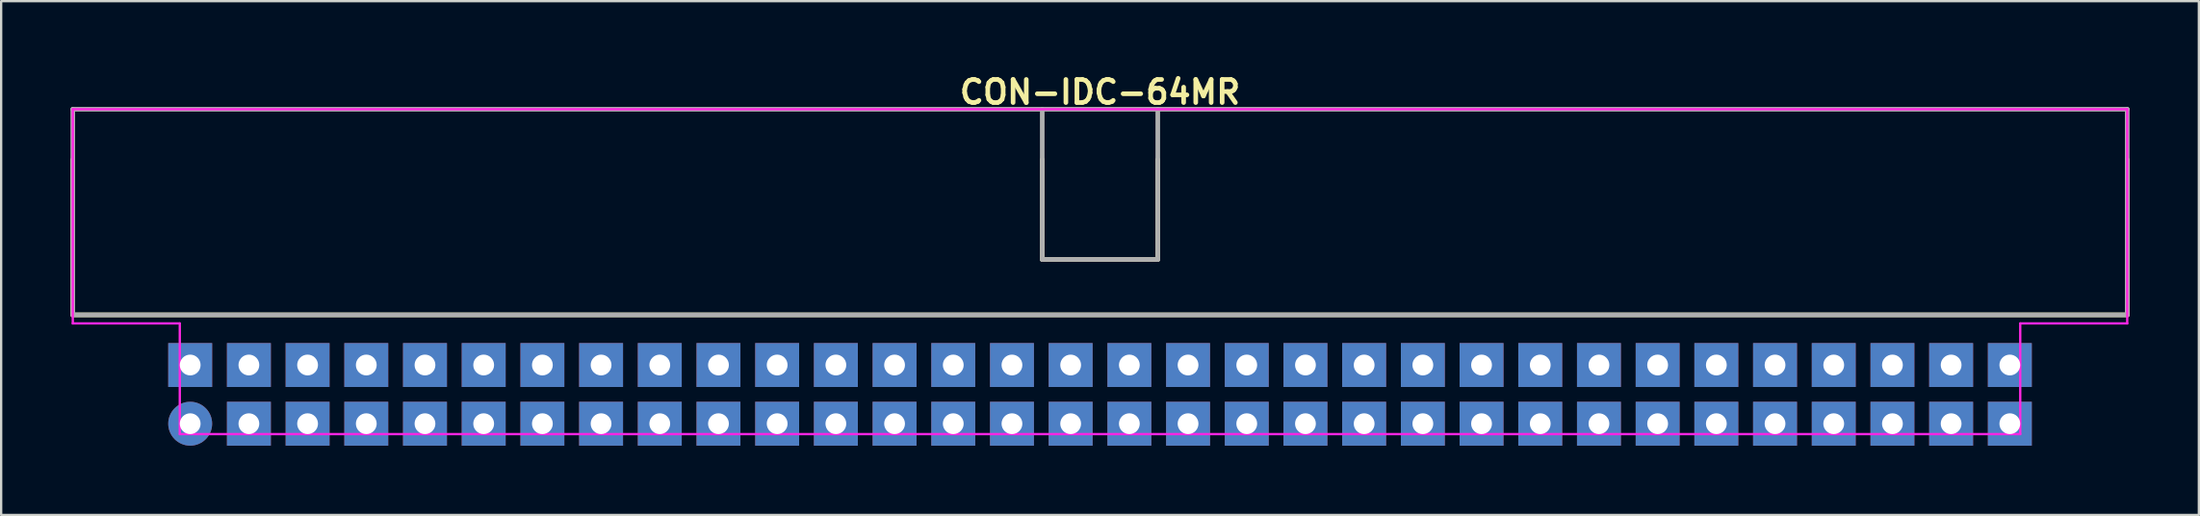
<source format=kicad_pcb>
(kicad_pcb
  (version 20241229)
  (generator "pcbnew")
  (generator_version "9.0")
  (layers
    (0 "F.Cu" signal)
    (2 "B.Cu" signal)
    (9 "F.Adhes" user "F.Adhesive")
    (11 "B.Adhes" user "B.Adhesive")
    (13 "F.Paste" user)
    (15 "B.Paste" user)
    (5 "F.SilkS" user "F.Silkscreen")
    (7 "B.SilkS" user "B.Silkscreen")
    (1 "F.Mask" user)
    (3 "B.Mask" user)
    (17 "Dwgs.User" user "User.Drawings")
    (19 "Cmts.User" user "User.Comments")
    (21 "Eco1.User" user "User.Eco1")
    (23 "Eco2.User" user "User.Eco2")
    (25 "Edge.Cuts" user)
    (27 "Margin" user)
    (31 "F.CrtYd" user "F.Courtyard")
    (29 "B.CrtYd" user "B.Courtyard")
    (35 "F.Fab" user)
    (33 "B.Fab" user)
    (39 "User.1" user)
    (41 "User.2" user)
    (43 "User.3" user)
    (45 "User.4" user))
  (footprint "CON-IDC-64MR"
    (layer "F.Cu")
    (at 44.55 14.017)
    (property "Reference" "CON-IDC-64MR" (at 0 -13.081 0) (layer "F.SilkS") (effects (font (size 1 1) (thickness 0.2))))
    (attr through_hole)
    (fp_line (start -44.45 -10.16) (end -44.45 -3.44) (stroke (width 0.2) (type solid)) (layer "F.SilkS"))
    (fp_line (start -44.45 -3.44) (end 44.45 -3.44) (stroke (width 0.2) (type solid)) (layer "F.SilkS"))
    (fp_line (start -2.5 -10.16) (end -2.5 -5.84) (stroke (width 0.2) (type solid)) (layer "F.SilkS"))
    (fp_line (start -2.5 -5.84) (end 2.5 -5.84) (stroke (width 0.2) (type solid)) (layer "F.SilkS"))
    (fp_line (start 2.5 -10.16) (end 2.5 -5.84) (stroke (width 0.2) (type solid)) (layer "F.SilkS"))
    (fp_line (start 44.45 -10.16) (end 44.45 -3.44) (stroke (width 0.2) (type solid)) (layer "F.SilkS"))
    (fp_line (start -44.45 -12.34) (end -44.45 -3.07) (stroke (width 0.1) (type solid)) (layer "F.CrtYd"))
    (fp_line (start -44.45 -12.34) (end 44.45 -12.34) (stroke (width 0.1) (type solid)) (layer "F.CrtYd"))
    (fp_line (start -44.45 -3.07) (end -39.82 -3.07) (stroke (width 0.1) (type solid)) (layer "F.CrtYd"))
    (fp_line (start -39.82 -3.07) (end -39.82 1.72) (stroke (width 0.1) (type solid)) (layer "F.CrtYd"))
    (fp_line (start -39.82 1.72) (end 39.82 1.72) (stroke (width 0.1) (type solid)) (layer "F.CrtYd"))
    (fp_line (start 39.82 -3.07) (end 39.82 1.72) (stroke (width 0.1) (type solid)) (layer "F.CrtYd"))
    (fp_line (start 39.82 -3.07) (end 44.45 -3.07) (stroke (width 0.1) (type solid)) (layer "F.CrtYd"))
    (fp_line (start 44.45 -12.34) (end 44.45 -3.07) (stroke (width 0.1) (type solid)) (layer "F.CrtYd"))
    (fp_line (start -44.45 -12.34) (end -44.45 -3.44) (stroke (width 0.2) (type solid)) (layer "F.Fab"))
    (fp_line (start -44.45 -12.34) (end 44.45 -12.34) (stroke (width 0.2) (type solid)) (layer "F.Fab"))
    (fp_line (start -44.45 -3.44) (end 44.45 -3.44) (stroke (width 0.2) (type solid)) (layer "F.Fab"))
    (fp_line (start -2.5 -12.34) (end -2.5 -5.84) (stroke (width 0.2) (type solid)) (layer "F.Fab"))
    (fp_line (start -2.5 -5.84) (end 2.5 -5.84) (stroke (width 0.2) (type solid)) (layer "F.Fab"))
    (fp_line (start 2.5 -12.34) (end 2.5 -5.84) (stroke (width 0.2) (type solid)) (layer "F.Fab"))
    (fp_line (start 44.45 -12.34) (end 44.45 -3.44) (stroke (width 0.2) (type solid)) (layer "F.Fab"))
    (pad "1" thru_hole circle (at -39.37 1.27) (size 1.9 1.9) (drill 0.9) (layers "*.Cu" "*.Mask"))
    (pad "2" thru_hole rect (at -39.37 -1.27) (size 1.9 1.9) (drill 0.9) (layers "*.Cu" "*.Mask"))
    (pad "3" thru_hole rect (at -36.83 1.27) (size 1.9 1.9) (drill 0.9) (layers "*.Cu" "*.Mask"))
    (pad "4" thru_hole rect (at -36.83 -1.27) (size 1.9 1.9) (drill 0.9) (layers "*.Cu" "*.Mask"))
    (pad "5" thru_hole rect (at -34.29 1.27) (size 1.9 1.9) (drill 0.9) (layers "*.Cu" "*.Mask"))
    (pad "6" thru_hole rect (at -34.29 -1.27) (size 1.9 1.9) (drill 0.9) (layers "*.Cu" "*.Mask"))
    (pad "7" thru_hole rect (at -31.75 1.27) (size 1.9 1.9) (drill 0.9) (layers "*.Cu" "*.Mask"))
    (pad "8" thru_hole rect (at -31.75 -1.27) (size 1.9 1.9) (drill 0.9) (layers "*.Cu" "*.Mask"))
    (pad "9" thru_hole rect (at -29.21 1.27) (size 1.9 1.9) (drill 0.9) (layers "*.Cu" "*.Mask"))
    (pad "10" thru_hole rect (at -29.21 -1.27) (size 1.9 1.9) (drill 0.9) (layers "*.Cu" "*.Mask"))
    (pad "11" thru_hole rect (at -26.67 1.27) (size 1.9 1.9) (drill 0.9) (layers "*.Cu" "*.Mask"))
    (pad "12" thru_hole rect (at -26.67 -1.27) (size 1.9 1.9) (drill 0.9) (layers "*.Cu" "*.Mask"))
    (pad "13" thru_hole rect (at -24.13 1.27) (size 1.9 1.9) (drill 0.9) (layers "*.Cu" "*.Mask"))
    (pad "14" thru_hole rect (at -24.13 -1.27) (size 1.9 1.9) (drill 0.9) (layers "*.Cu" "*.Mask"))
    (pad "15" thru_hole rect (at -21.59 1.27) (size 1.9 1.9) (drill 0.9) (layers "*.Cu" "*.Mask"))
    (pad "16" thru_hole rect (at -21.59 -1.27) (size 1.9 1.9) (drill 0.9) (layers "*.Cu" "*.Mask"))
    (pad "17" thru_hole rect (at -19.05 1.27) (size 1.9 1.9) (drill 0.9) (layers "*.Cu" "*.Mask"))
    (pad "18" thru_hole rect (at -19.05 -1.27) (size 1.9 1.9) (drill 0.9) (layers "*.Cu" "*.Mask"))
    (pad "19" thru_hole rect (at -16.51 1.27) (size 1.9 1.9) (drill 0.9) (layers "*.Cu" "*.Mask"))
    (pad "20" thru_hole rect (at -16.51 -1.27) (size 1.9 1.9) (drill 0.9) (layers "*.Cu" "*.Mask"))
    (pad "21" thru_hole rect (at -13.97 1.27) (size 1.9 1.9) (drill 0.9) (layers "*.Cu" "*.Mask"))
    (pad "22" thru_hole rect (at -13.97 -1.27) (size 1.9 1.9) (drill 0.9) (layers "*.Cu" "*.Mask"))
    (pad "23" thru_hole rect (at -11.43 1.27) (size 1.9 1.9) (drill 0.9) (layers "*.Cu" "*.Mask"))
    (pad "24" thru_hole rect (at -11.43 -1.27) (size 1.9 1.9) (drill 0.9) (layers "*.Cu" "*.Mask"))
    (pad "25" thru_hole rect (at -8.89 1.27) (size 1.9 1.9) (drill 0.9) (layers "*.Cu" "*.Mask"))
    (pad "26" thru_hole rect (at -8.89 -1.27) (size 1.9 1.9) (drill 0.9) (layers "*.Cu" "*.Mask"))
    (pad "27" thru_hole rect (at -6.35 1.27) (size 1.9 1.9) (drill 0.9) (layers "*.Cu" "*.Mask"))
    (pad "28" thru_hole rect (at -6.35 -1.27) (size 1.9 1.9) (drill 0.9) (layers "*.Cu" "*.Mask"))
    (pad "29" thru_hole rect (at -3.81 1.27) (size 1.9 1.9) (drill 0.9) (layers "*.Cu" "*.Mask"))
    (pad "30" thru_hole rect (at -3.81 -1.27) (size 1.9 1.9) (drill 0.9) (layers "*.Cu" "*.Mask"))
    (pad "31" thru_hole rect (at -1.27 1.27) (size 1.9 1.9) (drill 0.9) (layers "*.Cu" "*.Mask"))
    (pad "32" thru_hole rect (at -1.27 -1.27) (size 1.9 1.9) (drill 0.9) (layers "*.Cu" "*.Mask"))
    (pad "33" thru_hole rect (at 1.27 1.27) (size 1.9 1.9) (drill 0.9) (layers "*.Cu" "*.Mask"))
    (pad "34" thru_hole rect (at 1.27 -1.27) (size 1.9 1.9) (drill 0.9) (layers "*.Cu" "*.Mask"))
    (pad "35" thru_hole rect (at 3.81 1.27) (size 1.9 1.9) (drill 0.9) (layers "*.Cu" "*.Mask"))
    (pad "36" thru_hole rect (at 3.81 -1.27) (size 1.9 1.9) (drill 0.9) (layers "*.Cu" "*.Mask"))
    (pad "37" thru_hole rect (at 6.35 1.27) (size 1.9 1.9) (drill 0.9) (layers "*.Cu" "*.Mask"))
    (pad "38" thru_hole rect (at 6.35 -1.27) (size 1.9 1.9) (drill 0.9) (layers "*.Cu" "*.Mask"))
    (pad "39" thru_hole rect (at 8.89 1.27) (size 1.9 1.9) (drill 0.9) (layers "*.Cu" "*.Mask"))
    (pad "40" thru_hole rect (at 8.89 -1.27) (size 1.9 1.9) (drill 0.9) (layers "*.Cu" "*.Mask"))
    (pad "41" thru_hole rect (at 11.43 1.27) (size 1.9 1.9) (drill 0.9) (layers "*.Cu" "*.Mask"))
    (pad "42" thru_hole rect (at 11.43 -1.27) (size 1.9 1.9) (drill 0.9) (layers "*.Cu" "*.Mask"))
    (pad "43" thru_hole rect (at 13.97 1.27) (size 1.9 1.9) (drill 0.9) (layers "*.Cu" "*.Mask"))
    (pad "44" thru_hole rect (at 13.97 -1.27) (size 1.9 1.9) (drill 0.9) (layers "*.Cu" "*.Mask"))
    (pad "45" thru_hole rect (at 16.51 1.27) (size 1.9 1.9) (drill 0.9) (layers "*.Cu" "*.Mask"))
    (pad "46" thru_hole rect (at 16.51 -1.27) (size 1.9 1.9) (drill 0.9) (layers "*.Cu" "*.Mask"))
    (pad "47" thru_hole rect (at 19.05 1.27) (size 1.9 1.9) (drill 0.9) (layers "*.Cu" "*.Mask"))
    (pad "48" thru_hole rect (at 19.05 -1.27) (size 1.9 1.9) (drill 0.9) (layers "*.Cu" "*.Mask"))
    (pad "49" thru_hole rect (at 21.59 1.27) (size 1.9 1.9) (drill 0.9) (layers "*.Cu" "*.Mask"))
    (pad "50" thru_hole rect (at 21.59 -1.27) (size 1.9 1.9) (drill 0.9) (layers "*.Cu" "*.Mask"))
    (pad "51" thru_hole rect (at 24.13 1.27) (size 1.9 1.9) (drill 0.9) (layers "*.Cu" "*.Mask"))
    (pad "52" thru_hole rect (at 24.13 -1.27) (size 1.9 1.9) (drill 0.9) (layers "*.Cu" "*.Mask"))
    (pad "53" thru_hole rect (at 26.67 1.27) (size 1.9 1.9) (drill 0.9) (layers "*.Cu" "*.Mask"))
    (pad "54" thru_hole rect (at 26.67 -1.27) (size 1.9 1.9) (drill 0.9) (layers "*.Cu" "*.Mask"))
    (pad "55" thru_hole rect (at 29.21 1.27) (size 1.9 1.9) (drill 0.9) (layers "*.Cu" "*.Mask"))
    (pad "56" thru_hole rect (at 29.21 -1.27) (size 1.9 1.9) (drill 0.9) (layers "*.Cu" "*.Mask"))
    (pad "57" thru_hole rect (at 31.75 1.27) (size 1.9 1.9) (drill 0.9) (layers "*.Cu" "*.Mask"))
    (pad "58" thru_hole rect (at 31.75 -1.27) (size 1.9 1.9) (drill 0.9) (layers "*.Cu" "*.Mask"))
    (pad "59" thru_hole rect (at 34.29 1.27) (size 1.9 1.9) (drill 0.9) (layers "*.Cu" "*.Mask"))
    (pad "60" thru_hole rect (at 34.29 -1.27) (size 1.9 1.9) (drill 0.9) (layers "*.Cu" "*.Mask"))
    (pad "61" thru_hole rect (at 36.83 1.27) (size 1.9 1.9) (drill 0.9) (layers "*.Cu" "*.Mask"))
    (pad "62" thru_hole rect (at 36.83 -1.27) (size 1.9 1.9) (drill 0.9) (layers "*.Cu" "*.Mask"))
    (pad "63" thru_hole rect (at 39.37 1.27) (size 1.9 1.9) (drill 0.9) (layers "*.Cu" "*.Mask"))
    (pad "64" thru_hole rect (at 39.37 -1.27) (size 1.9 1.9) (drill 0.9) (layers "*.Cu" "*.Mask")))
  (gr_rect
    (start -3 -3)
    (end 92.1 19.237)
    (stroke (width 0.1) (type default))
    (fill no)
    (layer "Edge.Cuts")))
</source>
